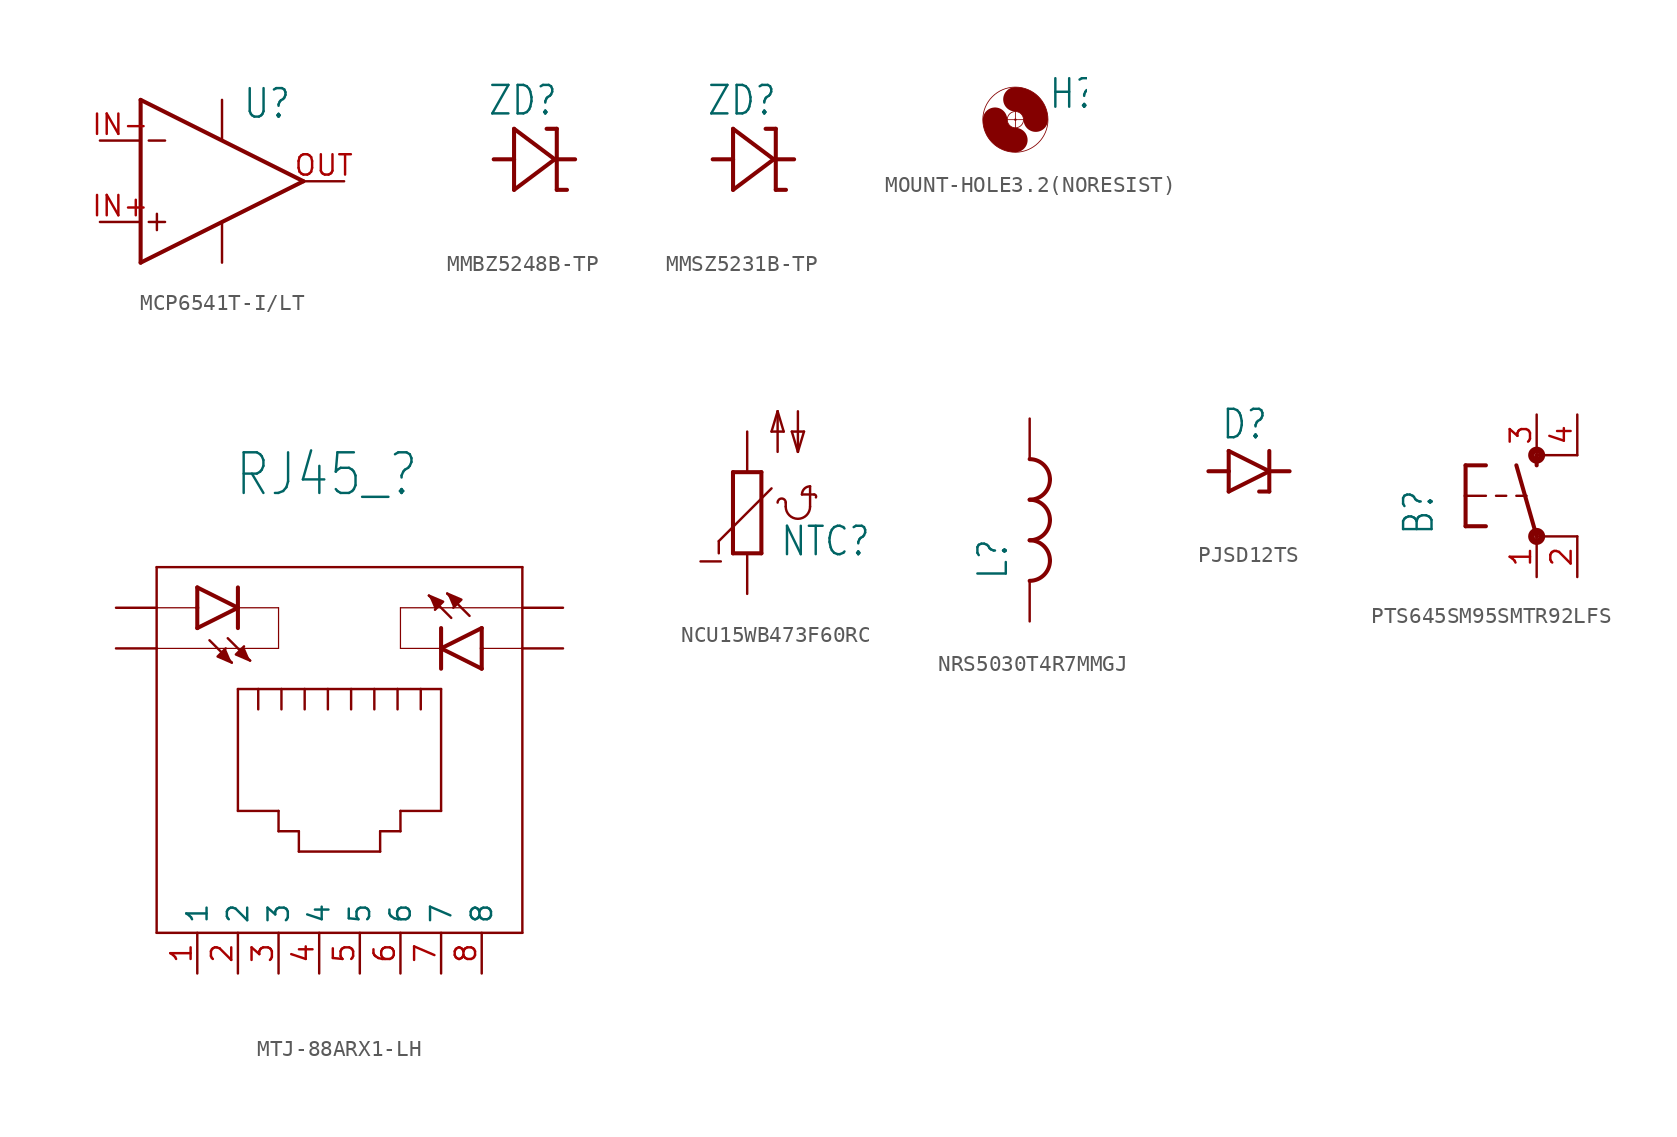
<source format=kicad_sym>
(kicad_symbol_lib
  (version 20220914)
  (generator kicad_symbol_editor)
  (symbol "MCP6541T-I/LT"
    (property "Reference" "U"
      (at 3.81 3.81 0)
      (effects (font (size 1.778 1.511)) (justify left bottom)))
    (property "Value" ""
      (at 3.81 -5.08 0)
      (effects (font (size 1.778 1.511)) (justify left bottom)))
    (property "ki_locked" ""
      (at 0 0 0)
      (effects (font (size 1.27 1.27))))
    (symbol "MCP6541T-I/LT_1_0"
      (polyline (pts (xy -2.54 -5.08) (xy 7.62 0)) (stroke (width 0.254) (type solid)) (fill (type none)))
      (polyline (pts (xy -2.54 5.08) (xy -2.54 -5.08)) (stroke (width 0.254) (type solid)) (fill (type none)))
      (polyline (pts (xy -2.032 -2.54) (xy -1.016 -2.54)) (stroke (width 0.152) (type solid)) (fill (type none)))
      (polyline (pts (xy -2.032 2.54) (xy -1.016 2.54)) (stroke (width 0.152) (type solid)) (fill (type none)))
      (polyline (pts (xy -1.524 -2.032) (xy -1.524 -3.048)) (stroke (width 0.152) (type solid)) (fill (type none)))
      (polyline (pts (xy 7.62 0) (xy -2.54 5.08)) (stroke (width 0.254) (type solid)) (fill (type none)))
      (pin input line (at -5.08 -2.54 0) (length 2.54) (name "IN+" (effects (font (size 0 0)))) (number "IN+" (effects (font (size 1.27 1.27)))))
      (pin input line (at -5.08 2.54 0) (length 2.54) (name "IN-" (effects (font (size 0 0)))) (number "IN-" (effects (font (size 1.27 1.27)))))
      (pin output line (at 10.16 0 180) (length 2.54) (name "OUT" (effects (font (size 0 0)))) (number "OUT" (effects (font (size 1.27 1.27)))))
      (pin bidirectional line (at 2.54 5.08 270) (length 2.54) (name "VDD" (effects (font (size 0 0)))) (number "VDD" (effects (font (size 0 0)))))
      (pin bidirectional line (at 2.54 -5.08 90) (length 2.54) (name "VSS" (effects (font (size 0 0)))) (number "VSS" (effects (font (size 0 0)))))))
  (symbol "MMBZ5248B-TP"
    (property "Reference" "ZD"
      (at -2.946 2.642 0)
      (effects (font (size 1.778 1.511)) (justify left bottom)))
    (property "Value" ""
      (at -4.47 -4.496 0)
      (effects (font (size 1.778 1.511)) (justify left bottom)))
    (property "ki_locked" ""
      (at 0 0 0)
      (effects (font (size 1.27 1.27))))
    (symbol "MMBZ5248B-TP_1_0"
      (polyline (pts (xy -1.27 -1.905) (xy 1.27 0)) (stroke (width 0.254) (type solid)) (fill (type none)))
      (polyline (pts (xy -1.27 0) (xy -2.54 0)) (stroke (width 0.254) (type solid)) (fill (type none)))
      (polyline (pts (xy -1.27 0) (xy -1.27 -1.905)) (stroke (width 0.254) (type solid)) (fill (type none)))
      (polyline (pts (xy -1.27 1.905) (xy -1.27 0)) (stroke (width 0.254) (type solid)) (fill (type none)))
      (polyline (pts (xy 1.27 0) (xy -1.27 1.905)) (stroke (width 0.254) (type solid)) (fill (type none)))
      (polyline (pts (xy 1.27 0) (xy 2.54 0)) (stroke (width 0.254) (type solid)) (fill (type none)))
      (polyline (pts (xy 1.397 -1.905) (xy 2.032 -1.905)) (stroke (width 0.254) (type solid)) (fill (type none)))
      (polyline (pts (xy 1.397 1.905) (xy 0.762 1.905)) (stroke (width 0.254) (type solid)) (fill (type none)))
      (polyline (pts (xy 1.397 1.905) (xy 1.397 -1.905)) (stroke (width 0.254) (type solid)) (fill (type none)))
      (pin passive line (at -2.54 0 0) (length 0) (name "A" (effects (font (size 0 0)))) (number "ANODE" (effects (font (size 0 0)))))
      (pin passive line (at 2.54 0 180) (length 0) (name "C" (effects (font (size 0 0)))) (number "CATHODE" (effects (font (size 0 0)))))))
  (symbol "MMSZ5231B-TP"
    (property "Reference" "ZD"
      (at -2.946 2.642 0)
      (effects (font (size 1.778 1.511)) (justify left bottom)))
    (property "Value" ""
      (at -4.47 -4.496 0)
      (effects (font (size 1.778 1.511)) (justify left bottom)))
    (property "ki_locked" ""
      (at 0 0 0)
      (effects (font (size 1.27 1.27))))
    (symbol "MMSZ5231B-TP_1_0"
      (polyline (pts (xy -1.27 -1.905) (xy 1.27 0)) (stroke (width 0.254) (type solid)) (fill (type none)))
      (polyline (pts (xy -1.27 0) (xy -2.54 0)) (stroke (width 0.254) (type solid)) (fill (type none)))
      (polyline (pts (xy -1.27 0) (xy -1.27 -1.905)) (stroke (width 0.254) (type solid)) (fill (type none)))
      (polyline (pts (xy -1.27 1.905) (xy -1.27 0)) (stroke (width 0.254) (type solid)) (fill (type none)))
      (polyline (pts (xy 1.27 0) (xy -1.27 1.905)) (stroke (width 0.254) (type solid)) (fill (type none)))
      (polyline (pts (xy 1.27 0) (xy 2.54 0)) (stroke (width 0.254) (type solid)) (fill (type none)))
      (polyline (pts (xy 1.397 -1.905) (xy 2.032 -1.905)) (stroke (width 0.254) (type solid)) (fill (type none)))
      (polyline (pts (xy 1.397 1.905) (xy 0.762 1.905)) (stroke (width 0.254) (type solid)) (fill (type none)))
      (polyline (pts (xy 1.397 1.905) (xy 1.397 -1.905)) (stroke (width 0.254) (type solid)) (fill (type none)))
      (pin passive line (at -2.54 0 0) (length 0) (name "A" (effects (font (size 0 0)))) (number "ANODE" (effects (font (size 0 0)))))
      (pin passive line (at 2.54 0 180) (length 0) (name "C" (effects (font (size 0 0)))) (number "CATHODE" (effects (font (size 0 0)))))))
  (symbol "MOUNT-HOLE3.2(NORESIST)"
    (property "Reference" "H"
      (at 2.032 0.584 0)
      (effects (font (size 1.778 1.511)) (justify left bottom)))
    (property "Value" ""
      (at 2.032 -2.464 0)
      (effects (font (size 1.778 1.511)) (justify left bottom)))
    (property "ki_locked" ""
      (at 0 0 0)
      (effects (font (size 1.27 1.27))))
    (symbol "MOUNT-HOLE3.2(NORESIST)_1_0"
      (arc (start -1.27 0) (mid -0.898 -0.898) (end 0 -1.27) (stroke (width 1.524) (type solid)) (fill (type none)))
      (polyline (pts (xy -0.508 0) (xy 0.508 0)) (stroke (width 0.051) (type solid)) (fill (type none)))
      (polyline (pts (xy 0 0.508) (xy 0 -0.508)) (stroke (width 0.051) (type solid)) (fill (type none)))
      (circle (center 0 0) (radius 0.508) (stroke (width 0.051) (type solid)) (fill (type none)))
      (circle (center 0 0) (radius 2.032) (stroke (width 0.051) (type solid)) (fill (type none)))
      (arc (start 1.27 0) (mid 0.898 0.898) (end 0 1.27) (stroke (width 1.524) (type solid)) (fill (type none)))
      (pin bidirectional line (at 0 0 0) (length 0) (name "P$1" (effects (font (size 0 0)))) (number "P$1" (effects (font (size 0 0)))))))
  (symbol "MTJ-88ARX1-LH"
    (property "Reference" "RJ45_"
      (at 4.826 27.178 0)
      (effects (font (size 2.54 2.159)) (justify left bottom)))
    (property "Value" ""
      (at 4.826 23.876 0)
      (effects (font (size 2.54 2.159)) (justify left bottom)))
    (property "ki_locked" ""
      (at 0 0 0)
      (effects (font (size 1.27 1.27))))
    (symbol "MTJ-88ARX1-LH_1_0"
      (polyline (pts (xy 0 0) (xy 22.86 0)) (stroke (width 0.152) (type solid)) (fill (type none)))
      (polyline (pts (xy 0 17.78) (xy 0 0)) (stroke (width 0.152) (type solid)) (fill (type none)))
      (polyline (pts (xy 0 17.78) (xy 7.62 17.78)) (stroke (width 0.076) (type solid)) (fill (type none)))
      (polyline (pts (xy 0 20.32) (xy 0 17.78)) (stroke (width 0.152) (type solid)) (fill (type none)))
      (polyline (pts (xy 0 20.32) (xy 2.54 20.32)) (stroke (width 0.076) (type solid)) (fill (type none)))
      (polyline (pts (xy 0 22.86) (xy 0 20.32)) (stroke (width 0.152) (type solid)) (fill (type none)))
      (polyline (pts (xy 2.54 20.32) (xy 2.54 19.05)) (stroke (width 0.254) (type solid)) (fill (type none)))
      (polyline (pts (xy 2.54 21.59) (xy 2.54 20.32)) (stroke (width 0.254) (type solid)) (fill (type none)))
      (polyline (pts (xy 2.54 21.59) (xy 5.08 20.32)) (stroke (width 0.254) (type solid)) (fill (type none)))
      (polyline (pts (xy 3.302 18.288) (xy 4.699 16.891)) (stroke (width 0.152) (type solid)) (fill (type none)))
      (polyline (pts (xy 4.445 18.415) (xy 5.842 17.018)) (stroke (width 0.152) (type solid)) (fill (type none)))
      (polyline (pts (xy 5.08 7.62) (xy 7.62 7.62)) (stroke (width 0.152) (type solid)) (fill (type none)))
      (polyline (pts (xy 5.08 15.24) (xy 5.08 7.62)) (stroke (width 0.152) (type solid)) (fill (type none)))
      (polyline (pts (xy 5.08 20.32) (xy 2.54 19.05)) (stroke (width 0.254) (type solid)) (fill (type none)))
      (polyline (pts (xy 5.08 20.32) (xy 5.08 19.05)) (stroke (width 0.254) (type solid)) (fill (type none)))
      (polyline (pts (xy 5.08 21.59) (xy 5.08 20.32)) (stroke (width 0.254) (type solid)) (fill (type none)))
      (polyline (pts (xy 6.35 15.24) (xy 5.08 15.24)) (stroke (width 0.152) (type solid)) (fill (type none)))
      (polyline (pts (xy 6.35 15.24) (xy 6.35 13.97)) (stroke (width 0.152) (type solid)) (fill (type none)))
      (polyline (pts (xy 7.62 6.35) (xy 8.89 6.35)) (stroke (width 0.152) (type solid)) (fill (type none)))
      (polyline (pts (xy 7.62 7.62) (xy 7.62 6.35)) (stroke (width 0.152) (type solid)) (fill (type none)))
      (polyline (pts (xy 7.62 17.78) (xy 7.62 20.32)) (stroke (width 0.076) (type solid)) (fill (type none)))
      (polyline (pts (xy 7.62 20.32) (xy 5.08 20.32)) (stroke (width 0.076) (type solid)) (fill (type none)))
      (polyline (pts (xy 7.801 15.24) (xy 6.35 15.24)) (stroke (width 0.152) (type solid)) (fill (type none)))
      (polyline (pts (xy 7.801 15.24) (xy 7.801 13.97)) (stroke (width 0.152) (type solid)) (fill (type none)))
      (polyline (pts (xy 8.89 5.08) (xy 13.97 5.08)) (stroke (width 0.152) (type solid)) (fill (type none)))
      (polyline (pts (xy 8.89 6.35) (xy 8.89 5.08)) (stroke (width 0.152) (type solid)) (fill (type none)))
      (polyline (pts (xy 9.253 15.24) (xy 7.801 15.24)) (stroke (width 0.152) (type solid)) (fill (type none)))
      (polyline (pts (xy 9.253 15.24) (xy 9.253 13.97)) (stroke (width 0.152) (type solid)) (fill (type none)))
      (polyline (pts (xy 10.704 15.24) (xy 9.253 15.24)) (stroke (width 0.152) (type solid)) (fill (type none)))
      (polyline (pts (xy 10.704 15.24) (xy 10.704 13.97)) (stroke (width 0.152) (type solid)) (fill (type none)))
      (polyline (pts (xy 12.156 15.24) (xy 10.704 15.24)) (stroke (width 0.152) (type solid)) (fill (type none)))
      (polyline (pts (xy 12.156 15.24) (xy 12.156 13.97)) (stroke (width 0.152) (type solid)) (fill (type none)))
      (polyline (pts (xy 13.607 15.24) (xy 12.156 15.24)) (stroke (width 0.152) (type solid)) (fill (type none)))
      (polyline (pts (xy 13.607 15.24) (xy 13.607 13.97)) (stroke (width 0.152) (type solid)) (fill (type none)))
      (polyline (pts (xy 13.97 5.08) (xy 13.97 6.35)) (stroke (width 0.152) (type solid)) (fill (type none)))
      (polyline (pts (xy 13.97 6.35) (xy 15.24 6.35)) (stroke (width 0.152) (type solid)) (fill (type none)))
      (polyline (pts (xy 15.059 15.24) (xy 13.607 15.24)) (stroke (width 0.152) (type solid)) (fill (type none)))
      (polyline (pts (xy 15.059 15.24) (xy 15.059 13.97)) (stroke (width 0.152) (type solid)) (fill (type none)))
      (polyline (pts (xy 15.24 6.35) (xy 15.24 7.62)) (stroke (width 0.152) (type solid)) (fill (type none)))
      (polyline (pts (xy 15.24 7.62) (xy 17.78 7.62)) (stroke (width 0.152) (type solid)) (fill (type none)))
      (polyline (pts (xy 15.24 17.78) (xy 15.24 20.32)) (stroke (width 0.076) (type solid)) (fill (type none)))
      (polyline (pts (xy 15.24 20.32) (xy 22.86 20.32)) (stroke (width 0.076) (type solid)) (fill (type none)))
      (polyline (pts (xy 16.51 15.24) (xy 15.059 15.24)) (stroke (width 0.152) (type solid)) (fill (type none)))
      (polyline (pts (xy 16.51 15.24) (xy 16.51 13.97)) (stroke (width 0.152) (type solid)) (fill (type none)))
      (polyline (pts (xy 17.78 7.62) (xy 17.78 15.24)) (stroke (width 0.152) (type solid)) (fill (type none)))
      (polyline (pts (xy 17.78 15.24) (xy 16.51 15.24)) (stroke (width 0.152) (type solid)) (fill (type none)))
      (polyline (pts (xy 17.78 16.51) (xy 17.78 17.78)) (stroke (width 0.254) (type solid)) (fill (type none)))
      (polyline (pts (xy 17.78 17.78) (xy 15.24 17.78)) (stroke (width 0.076) (type solid)) (fill (type none)))
      (polyline (pts (xy 17.78 17.78) (xy 17.78 19.05)) (stroke (width 0.254) (type solid)) (fill (type none)))
      (polyline (pts (xy 17.78 17.78) (xy 20.32 19.05)) (stroke (width 0.254) (type solid)) (fill (type none)))
      (polyline (pts (xy 18.415 19.685) (xy 17.018 21.082)) (stroke (width 0.152) (type solid)) (fill (type none)))
      (polyline (pts (xy 19.558 19.812) (xy 18.161 21.209)) (stroke (width 0.152) (type solid)) (fill (type none)))
      (polyline (pts (xy 20.32 16.51) (xy 17.78 17.78)) (stroke (width 0.254) (type solid)) (fill (type none)))
      (polyline (pts (xy 20.32 16.51) (xy 20.32 17.78)) (stroke (width 0.254) (type solid)) (fill (type none)))
      (polyline (pts (xy 20.32 17.78) (xy 20.32 19.05)) (stroke (width 0.254) (type solid)) (fill (type none)))
      (polyline (pts (xy 22.86 0) (xy 22.86 17.78)) (stroke (width 0.152) (type solid)) (fill (type none)))
      (polyline (pts (xy 22.86 17.78) (xy 20.32 17.78)) (stroke (width 0.076) (type solid)) (fill (type none)))
      (polyline (pts (xy 22.86 17.78) (xy 22.86 20.32)) (stroke (width 0.152) (type solid)) (fill (type none)))
      (polyline (pts (xy 22.86 20.32) (xy 22.86 22.86)) (stroke (width 0.152) (type solid)) (fill (type none)))
      (polyline (pts (xy 22.86 22.86) (xy 0 22.86)) (stroke (width 0.152) (type solid)) (fill (type none)))
      (polyline (pts (xy 4.699 16.891) (xy 3.81 17.272) (xy 4.318 17.78)) (stroke (width 0.152) (type solid)) (fill (type outline)))
      (polyline (pts (xy 5.842 17.018) (xy 4.953 17.399) (xy 5.461 17.907)) (stroke (width 0.152) (type solid)) (fill (type outline)))
      (polyline (pts (xy 17.018 21.082) (xy 17.907 20.701) (xy 17.399 20.193)) (stroke (width 0.152) (type solid)) (fill (type outline)))
      (polyline (pts (xy 18.161 21.209) (xy 19.05 20.828) (xy 18.542 20.32)) (stroke (width 0.152) (type solid)) (fill (type outline)))
      (pin bidirectional line (at 2.54 -2.54 90) (length 2.54) (name "1" (effects (font (size 1.27 1.27)))) (number "1" (effects (font (size 1.27 1.27)))))
      (pin bidirectional line (at 5.08 -2.54 90) (length 2.54) (name "2" (effects (font (size 1.27 1.27)))) (number "2" (effects (font (size 1.27 1.27)))))
      (pin bidirectional line (at 7.62 -2.54 90) (length 2.54) (name "3" (effects (font (size 1.27 1.27)))) (number "3" (effects (font (size 1.27 1.27)))))
      (pin bidirectional line (at 10.16 -2.54 90) (length 2.54) (name "4" (effects (font (size 1.27 1.27)))) (number "4" (effects (font (size 1.27 1.27)))))
      (pin bidirectional line (at 12.7 -2.54 90) (length 2.54) (name "5" (effects (font (size 1.27 1.27)))) (number "5" (effects (font (size 1.27 1.27)))))
      (pin bidirectional line (at 15.24 -2.54 90) (length 2.54) (name "6" (effects (font (size 1.27 1.27)))) (number "6" (effects (font (size 1.27 1.27)))))
      (pin bidirectional line (at 17.78 -2.54 90) (length 2.54) (name "7" (effects (font (size 1.27 1.27)))) (number "7" (effects (font (size 1.27 1.27)))))
      (pin bidirectional line (at 20.32 -2.54 90) (length 2.54) (name "8" (effects (font (size 1.27 1.27)))) (number "8" (effects (font (size 1.27 1.27)))))
      (pin bidirectional line (at -2.54 20.32 0) (length 2.54) (name "LED1_A" (effects (font (size 0 0)))) (number "LED1_A" (effects (font (size 0 0)))))
      (pin bidirectional line (at -2.54 17.78 0) (length 2.54) (name "LED1_K" (effects (font (size 0 0)))) (number "LED1_K" (effects (font (size 0 0)))))
      (pin bidirectional line (at 25.4 17.78 180) (length 2.54) (name "LED2_A" (effects (font (size 0 0)))) (number "LED2_A" (effects (font (size 0 0)))))
      (pin bidirectional line (at 25.4 20.32 180) (length 2.54) (name "LED2_K" (effects (font (size 0 0)))) (number "LED2_K" (effects (font (size 0 0)))))))
  (symbol "NCU15WB473F60RC"
    (property "Reference" "NTC"
      (at 2.032 -2.819 0)
      (effects (font (size 1.778 1.511)) (justify left bottom)))
    (property "Value" ""
      (at 2.032 -5.207 0)
      (effects (font (size 1.778 1.511)) (justify left bottom)))
    (property "ki_locked" ""
      (at 0 0 0)
      (effects (font (size 1.27 1.27))))
    (symbol "NCU15WB473F60RC_1_0"
      (polyline (pts (xy -2.921 -3.048) (xy -1.651 -3.048)) (stroke (width 0.152) (type solid)) (fill (type none)))
      (polyline (pts (xy -1.778 -1.778) (xy -1.778 -2.54)) (stroke (width 0.152) (type solid)) (fill (type none)))
      (polyline (pts (xy -0.889 2.54) (xy -0.889 -2.54)) (stroke (width 0.254) (type solid)) (fill (type none)))
      (polyline (pts (xy 0.889 -2.54) (xy -0.889 -2.54)) (stroke (width 0.254) (type solid)) (fill (type none)))
      (polyline (pts (xy 0.889 -2.54) (xy 0.889 2.54)) (stroke (width 0.254) (type solid)) (fill (type none)))
      (polyline (pts (xy 0.889 2.54) (xy -0.889 2.54)) (stroke (width 0.254) (type solid)) (fill (type none)))
      (polyline (pts (xy 1.524 1.524) (xy -1.778 -1.778)) (stroke (width 0.152) (type solid)) (fill (type none)))
      (polyline (pts (xy 1.524 5.08) (xy 1.905 6.35)) (stroke (width 0.152) (type solid)) (fill (type none)))
      (polyline (pts (xy 1.905 3.81) (xy 1.905 6.35)) (stroke (width 0.152) (type solid)) (fill (type none)))
      (polyline (pts (xy 1.905 6.35) (xy 2.286 5.08)) (stroke (width 0.152) (type solid)) (fill (type none)))
      (polyline (pts (xy 2.286 5.08) (xy 1.524 5.08)) (stroke (width 0.152) (type solid)) (fill (type none)))
      (polyline (pts (xy 2.413 0.381) (xy 2.413 0.635)) (stroke (width 0.152) (type solid)) (fill (type none)))
      (polyline (pts (xy 2.794 5.08) (xy 3.175 3.81)) (stroke (width 0.152) (type solid)) (fill (type none)))
      (polyline (pts (xy 3.175 3.81) (xy 3.556 5.08)) (stroke (width 0.152) (type solid)) (fill (type none)))
      (polyline (pts (xy 3.175 6.35) (xy 3.175 3.81)) (stroke (width 0.152) (type solid)) (fill (type none)))
      (polyline (pts (xy 3.429 1.143) (xy 4.191 1.143)) (stroke (width 0.152) (type solid)) (fill (type none)))
      (polyline (pts (xy 3.556 5.08) (xy 2.794 5.08)) (stroke (width 0.152) (type solid)) (fill (type none)))
      (polyline (pts (xy 3.937 0.381) (xy 3.937 1.651)) (stroke (width 0.152) (type solid)) (fill (type none)))
      (arc (start 2.413 0.381) (mid 3.175 -0.381) (end 3.937 0.381) (stroke (width 0.1524) (type solid)) (fill (type none)))
      (arc (start 2.413 0.635) (mid 2.159 0.889) (end 1.905 0.635) (stroke (width 0.1524) (type solid)) (fill (type none)))
      (arc (start 3.937 1.651) (mid 3.0698 2.0102) (end 3.429 1.143) (stroke (width 0.1524) (type solid)) (fill (type none)))
      (arc (start 4.3047 0.9591) (mid 4.2991 1.0827) (end 4.191 1.143) (stroke (width 0.1524) (type solid)) (fill (type none)))
      (pin passive line (at 0 -5.08 90) (length 2.54) (name "1" (effects (font (size 0 0)))) (number "L" (effects (font (size 0 0)))))
      (pin passive line (at 0 5.08 270) (length 2.54) (name "2" (effects (font (size 0 0)))) (number "R" (effects (font (size 0 0)))))))
  (symbol "NRS5030T4R7MMGJ"
    (property "Reference" "L"
      (at -1.27 -2.54 90)
      (effects (font (size 1.778 1.511)) (justify left bottom)))
    (property "Value" ""
      (at 3.81 -2.54 90)
      (effects (font (size 1.778 1.511)) (justify left bottom)))
    (property "ki_locked" ""
      (at 0 0 0)
      (effects (font (size 1.27 1.27))))
    (symbol "NRS5030T4R7MMGJ_1_0"
      (arc (start 0 -2.54) (mid 0.898 -2.168) (end 1.27 -1.27) (stroke (width 0.254) (type solid)) (fill (type none)))
      (arc (start 0 0) (mid 0.898 0.372) (end 1.27 1.27) (stroke (width 0.254) (type solid)) (fill (type none)))
      (arc (start 0 2.54) (mid 0.898 2.912) (end 1.27 3.81) (stroke (width 0.254) (type solid)) (fill (type none)))
      (arc (start 1.27 -1.27) (mid 0.898 -0.372) (end 0 0) (stroke (width 0.254) (type solid)) (fill (type none)))
      (arc (start 1.27 1.27) (mid 0.898 2.168) (end 0 2.54) (stroke (width 0.254) (type solid)) (fill (type none)))
      (arc (start 1.27 3.81) (mid 0.898 4.708) (end 0 5.08) (stroke (width 0.254) (type solid)) (fill (type none)))
      (pin passive line (at 0 7.62 270) (length 2.54) (name "L" (effects (font (size 0 0)))) (number "L" (effects (font (size 0 0)))))
      (pin passive line (at 0 -5.08 90) (length 2.54) (name "R" (effects (font (size 0 0)))) (number "R" (effects (font (size 0 0)))))))
  (symbol "PJSD12TS"
    (property "Reference" "D"
      (at -1.778 1.905 0)
      (effects (font (size 1.778 1.511)) (justify left bottom)))
    (property "Value" ""
      (at -1.778 -3.429 0)
      (effects (font (size 1.778 1.511)) (justify left bottom)))
    (property "ki_locked" ""
      (at 0 0 0)
      (effects (font (size 1.27 1.27))))
    (symbol "PJSD12TS_1_0"
      (polyline (pts (xy -1.27 -1.27) (xy 1.27 0)) (stroke (width 0.254) (type solid)) (fill (type none)))
      (polyline (pts (xy -1.27 0) (xy -2.54 0)) (stroke (width 0.254) (type solid)) (fill (type none)))
      (polyline (pts (xy -1.27 0) (xy -1.27 -1.27)) (stroke (width 0.254) (type solid)) (fill (type none)))
      (polyline (pts (xy -1.27 1.27) (xy -1.27 0)) (stroke (width 0.254) (type solid)) (fill (type none)))
      (polyline (pts (xy 1.27 -1.27) (xy 0.635 -1.27)) (stroke (width 0.254) (type solid)) (fill (type none)))
      (polyline (pts (xy 1.27 0) (xy -1.27 1.27)) (stroke (width 0.254) (type solid)) (fill (type none)))
      (polyline (pts (xy 1.27 0) (xy 1.27 -1.27)) (stroke (width 0.254) (type solid)) (fill (type none)))
      (polyline (pts (xy 1.27 0) (xy 2.54 0)) (stroke (width 0.254) (type solid)) (fill (type none)))
      (polyline (pts (xy 1.27 1.27) (xy 1.27 0)) (stroke (width 0.254) (type solid)) (fill (type none)))
      (pin passive line (at -2.54 0 0) (length 0) (name "A" (effects (font (size 0 0)))) (number "A" (effects (font (size 0 0)))))
      (pin passive line (at 2.54 0 180) (length 0) (name "C" (effects (font (size 0 0)))) (number "C" (effects (font (size 0 0)))))))
  (symbol "PTS645SM95SMTR92LFS"
    (property "Reference" "B"
      (at -6.35 -2.54 90)
      (effects (font (size 1.778 1.511)) (justify left bottom)))
    (property "Value" ""
      (at -3.81 3.175 90)
      (effects (font (size 1.778 1.511)) (justify left bottom)))
    (property "ki_locked" ""
      (at 0 0 0)
      (effects (font (size 1.27 1.27))))
    (symbol "PTS645SM95SMTR92LFS_1_0"
      (circle (center 0 -2.54) (radius 0.127) (stroke (width 0.406) (type solid)) (fill (type none)))
      (polyline (pts (xy -4.445 -1.905) (xy -3.175 -1.905)) (stroke (width 0.254) (type solid)) (fill (type none)))
      (polyline (pts (xy -4.445 0) (xy -4.445 -1.905)) (stroke (width 0.254) (type solid)) (fill (type none)))
      (polyline (pts (xy -4.445 0) (xy -3.175 0)) (stroke (width 0.152) (type solid)) (fill (type none)))
      (polyline (pts (xy -4.445 1.905) (xy -4.445 0)) (stroke (width 0.254) (type solid)) (fill (type none)))
      (polyline (pts (xy -4.445 1.905) (xy -3.175 1.905)) (stroke (width 0.254) (type solid)) (fill (type none)))
      (polyline (pts (xy -2.54 0) (xy -1.905 0)) (stroke (width 0.152) (type solid)) (fill (type none)))
      (polyline (pts (xy -1.27 0) (xy -0.635 0)) (stroke (width 0.152) (type solid)) (fill (type none)))
      (polyline (pts (xy 0 -2.54) (xy -1.27 1.905)) (stroke (width 0.254) (type solid)) (fill (type none)))
      (polyline (pts (xy 0 1.905) (xy 0 2.54)) (stroke (width 0.254) (type solid)) (fill (type none)))
      (polyline (pts (xy 2.54 -2.54) (xy 0 -2.54)) (stroke (width 0.152) (type solid)) (fill (type none)))
      (polyline (pts (xy 2.54 2.54) (xy 0 2.54)) (stroke (width 0.152) (type solid)) (fill (type none)))
      (circle (center 0 2.54) (radius 0.127) (stroke (width 0.406) (type solid)) (fill (type none)))
      (pin passive line (at 0 -5.08 90) (length 2.54) (name "1" (effects (font (size 0 0)))) (number "1" (effects (font (size 1.27 1.27)))))
      (pin passive line (at 2.54 -5.08 90) (length 2.54) (name "2" (effects (font (size 0 0)))) (number "2" (effects (font (size 1.27 1.27)))))
      (pin passive line (at 0 5.08 270) (length 2.54) (name "3" (effects (font (size 0 0)))) (number "3" (effects (font (size 1.27 1.27)))))
      (pin passive line (at 2.54 5.08 270) (length 2.54) (name "4" (effects (font (size 0 0)))) (number "4" (effects (font (size 1.27 1.27))))))))
</source>
